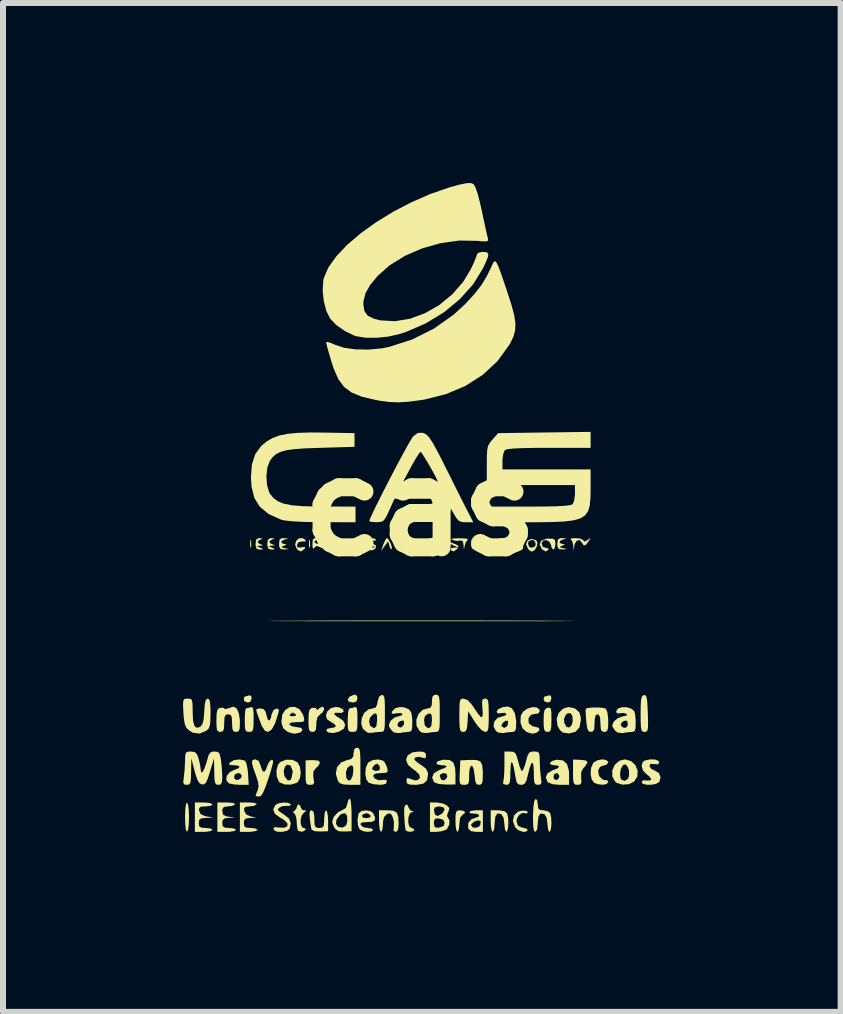
<source format=kicad_pcb>
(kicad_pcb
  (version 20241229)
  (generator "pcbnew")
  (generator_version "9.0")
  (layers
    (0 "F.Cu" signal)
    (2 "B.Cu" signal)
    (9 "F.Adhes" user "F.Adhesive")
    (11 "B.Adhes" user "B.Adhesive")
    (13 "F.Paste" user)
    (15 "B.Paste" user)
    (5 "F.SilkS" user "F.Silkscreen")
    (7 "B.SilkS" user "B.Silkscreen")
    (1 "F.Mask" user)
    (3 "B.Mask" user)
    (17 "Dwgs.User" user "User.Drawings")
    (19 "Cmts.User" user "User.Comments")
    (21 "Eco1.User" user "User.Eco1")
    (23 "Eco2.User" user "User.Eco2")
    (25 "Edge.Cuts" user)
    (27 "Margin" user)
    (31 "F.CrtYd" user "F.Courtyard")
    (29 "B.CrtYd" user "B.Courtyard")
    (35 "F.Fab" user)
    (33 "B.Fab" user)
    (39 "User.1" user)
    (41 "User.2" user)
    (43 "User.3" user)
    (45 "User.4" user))
  (footprint "cas"
    (layer "F.Cu")
    (at 3.951 5.391)
    (property "Reference" "cas" (at 0 0 0) (layer "F.SilkS") (effects (font (size 1.5 1.5) (thickness 0.3))))
    (attr board_only exclude_from_pos_files exclude_from_bom)
    (fp_poly (pts (xy 0.637 0.681) (xy 0.631 0.682) (xy 0.632 0.68)) (stroke (width 0) (type solid)) (fill yes) (layer "F.SilkS"))
    (fp_poly (pts (xy 0.618 0.705) (xy 0.56 0.748) (xy 0.513 0.728) (xy 0.506 0.718) (xy 0.517 0.693) (xy 0.561 0.684) (xy 0.631 0.682)) (stroke (width 0) (type solid)) (fill yes) (layer "F.SilkS"))
    (fp_poly (pts (xy -2.818 0.563) (xy -2.813 0.646) (xy -2.818 0.677) (xy -2.827 0.688) (xy -2.832 0.642) (xy -2.833 0.62) (xy -2.829 0.561) (xy -2.821 0.554)) (stroke (width 0) (type solid)) (fill yes) (layer "F.SilkS"))
    (fp_poly (pts (xy -1.838 0.563) (xy -1.833 0.646) (xy -1.838 0.677) (xy -1.848 0.688) (xy -1.853 0.642) (xy -1.853 0.62) (xy -1.85 0.561) (xy -1.841 0.554)) (stroke (width 0) (type solid)) (fill yes) (layer "F.SilkS"))
    (fp_poly (pts (xy -1.424 0.676) (xy -1.404 0.69) (xy -1.431 0.72) (xy -1.489 0.733) (xy -1.526 0.727) (xy -1.566 0.701) (xy -1.548 0.678) (xy -1.485 0.669)) (stroke (width 0) (type solid)) (fill yes) (layer "F.SilkS"))
    (fp_poly (pts (xy -1.12 0.563) (xy -1.115 0.646) (xy -1.12 0.677) (xy -1.13 0.688) (xy -1.135 0.642) (xy -1.135 0.62) (xy -1.132 0.561) (xy -1.123 0.554)) (stroke (width 0) (type solid)) (fill yes) (layer "F.SilkS"))
    (fp_poly (pts (xy 0.526 0.603) (xy 0.547 0.61) (xy 0.619 0.641) (xy 0.639 0.668) (xy 0.632 0.68) (xy 0.563 0.652) (xy 0.506 0.622) (xy 0.492 0.602)) (stroke (width 0) (type solid)) (fill yes) (layer "F.SilkS"))
    (fp_poly (pts (xy 1.354 0.677) (xy 1.409 0.698) (xy 1.418 0.722) (xy 1.373 0.749) (xy 1.317 0.715) (xy 1.31 0.706) (xy 1.294 0.676) (xy 1.328 0.673)) (stroke (width 0) (type solid)) (fill yes) (layer "F.SilkS"))
    (fp_poly (pts (xy -1.05 3.162) (xy -1.045 3.199) (xy -1.064 3.251) (xy -1.126 3.265) (xy -1.19 3.249) (xy -1.208 3.219) (xy -1.18 3.17) (xy -1.112 3.138) (xy -1.075 3.134)) (stroke (width 0) (type solid)) (fill yes) (layer "F.SilkS"))
    (fp_poly (pts (xy 1.238 0.565) (xy 1.24 0.612) (xy 1.235 0.695) (xy 1.221 0.714) (xy 1.196 0.668) (xy 1.195 0.666) (xy 1.193 0.596) (xy 1.207 0.56) (xy 1.228 0.536)) (stroke (width 0) (type solid)) (fill yes) (layer "F.SilkS"))
    (fp_poly (pts (xy 1.688 0.536) (xy 1.714 0.555) (xy 1.726 0.583) (xy 1.724 0.584) (xy 1.689 0.573) (xy 1.632 0.555) (xy 1.578 0.536) (xy 1.585 0.528) (xy 1.622 0.526)) (stroke (width 0) (type solid)) (fill yes) (layer "F.SilkS"))
    (fp_poly (pts (xy -2.818 3.149) (xy -2.808 3.196) (xy -2.829 3.253) (xy -2.873 3.265) (xy -2.926 3.244) (xy -2.938 3.216) (xy -2.931 3.172) (xy -2.925 3.167) (xy -2.886 3.157) (xy -2.859 3.147)) (stroke (width 0) (type solid)) (fill yes) (layer "F.SilkS"))
    (fp_poly (pts (xy 2.177 3.149) (xy 2.187 3.196) (xy 2.166 3.253) (xy 2.122 3.265) (xy 2.069 3.244) (xy 2.057 3.216) (xy 2.064 3.172) (xy 2.07 3.167) (xy 2.109 3.157) (xy 2.136 3.147)) (stroke (width 0) (type solid)) (fill yes) (layer "F.SilkS"))
    (fp_poly (pts (xy -1.424 0.533) (xy -1.404 0.554) (xy -1.428 0.571) (xy -1.456 0.566) (xy -1.515 0.571) (xy -1.537 0.591) (xy -1.56 0.616) (xy -1.567 0.58) (xy -1.567 0.579) (xy -1.543 0.533) (xy -1.485 0.522)) (stroke (width 0) (type solid)) (fill yes) (layer "F.SilkS"))
    (fp_poly (pts (xy -1.341 0.588) (xy -1.302 0.651) (xy -1.261 0.664) (xy -1.219 0.676) (xy -1.217 0.695) (xy -1.256 0.738) (xy -1.314 0.727) (xy -1.332 0.712) (xy -1.361 0.651) (xy -1.368 0.589) (xy -1.365 0.506)) (stroke (width 0) (type solid)) (fill yes) (layer "F.SilkS"))
    (fp_poly (pts (xy -0.939 0.53) (xy -0.933 0.546) (xy -0.935 0.547) (xy -0.97 0.596) (xy -0.988 0.653) (xy -1.003 0.735) (xy -1.008 0.648) (xy -1.025 0.577) (xy -1.053 0.544) (xy -1.054 0.532) (xy -1.004 0.526) (xy -0.996 0.525)) (stroke (width 0) (type solid)) (fill yes) (layer "F.SilkS"))
    (fp_poly (pts (xy -0.525 0.549) (xy -0.494 0.61) (xy -0.472 0.674) (xy -0.473 0.713) (xy -0.494 0.701) (xy -0.512 0.656) (xy -0.532 0.579) (xy -0.592 0.657) (xy -0.652 0.735) (xy -0.613 0.628) (xy -0.581 0.558) (xy -0.556 0.523) (xy -0.553 0.522)) (stroke (width 0) (type solid)) (fill yes) (layer "F.SilkS"))
    (fp_poly (pts (xy 1.622 0.608) (xy 1.633 0.611) (xy 1.703 0.644) (xy 1.721 0.688) (xy 1.694 0.721) (xy 1.629 0.749) (xy 1.588 0.726) (xy 1.583 0.718) (xy 1.594 0.693) (xy 1.639 0.684) (xy 1.714 0.681) (xy 1.641 0.652) (xy 1.58 0.621) (xy 1.573 0.604)) (stroke (width 0) (type solid)) (fill yes) (layer "F.SilkS"))
    (fp_poly (pts (xy 0.442 0.542) (xy 0.417 0.579) (xy 0.372 0.643) (xy 0.355 0.679) (xy 0.337 0.681) (xy 0.31 0.632) (xy 0.303 0.614) (xy 0.28 0.547) (xy 0.282 0.534) (xy 0.31 0.568) (xy 0.347 0.61) (xy 0.369 0.598) (xy 0.378 0.576) (xy 0.412 0.53) (xy 0.433 0.522)) (stroke (width 0) (type solid)) (fill yes) (layer "F.SilkS"))
    (fp_poly (pts (xy 1.111 0.571) (xy 1.133 0.62) (xy 1.15 0.687) (xy 1.142 0.718) (xy 1.14 0.718) (xy 1.113 0.691) (xy 1.108 0.661) (xy 1.102 0.626) (xy 1.086 0.65) (xy 1.077 0.669) (xy 1.058 0.704) (xy 1.05 0.683) (xy 1.047 0.628) (xy 1.054 0.547) (xy 1.077 0.527)) (stroke (width 0) (type solid)) (fill yes) (layer "F.SilkS"))
    (fp_poly (pts (xy -3.869 4.96) (xy -3.857 5.042) (xy -3.852 5.163) (xy -3.852 5.175) (xy -3.856 5.298) (xy -3.867 5.384) (xy -3.884 5.419) (xy -3.885 5.42) (xy -3.902 5.389) (xy -3.913 5.307) (xy -3.918 5.186) (xy -3.918 5.175) (xy -3.914 5.051) (xy -3.903 4.965) (xy -3.887 4.93) (xy -3.885 4.93)) (stroke (width 0) (type solid)) (fill yes) (layer "F.SilkS"))
    (fp_poly (pts (xy 0.735 5.074) (xy 0.748 5.104) (xy 0.703 5.137) (xy 0.702 5.138) (xy 0.665 5.186) (xy 0.653 5.288) (xy 0.646 5.37) (xy 0.628 5.416) (xy 0.62 5.42) (xy 0.602 5.39) (xy 0.591 5.314) (xy 0.588 5.24) (xy 0.59 5.137) (xy 0.601 5.084) (xy 0.629 5.063) (xy 0.669 5.06)) (stroke (width 0) (type solid)) (fill yes) (layer "F.SilkS"))
    (fp_poly (pts (xy -1.697 4.233) (xy -1.668 4.266) (xy -1.7 4.322) (xy -1.732 4.352) (xy -1.777 4.408) (xy -1.783 4.483) (xy -1.777 4.523) (xy -1.767 4.598) (xy -1.783 4.63) (xy -1.833 4.636) (xy -1.875 4.631) (xy -1.898 4.608) (xy -1.908 4.55) (xy -1.909 4.444) (xy -1.909 4.432) (xy -1.909 4.228) (xy -1.787 4.224)) (stroke (width 0) (type solid)) (fill yes) (layer "F.SilkS"))
    (fp_poly (pts (xy -0.36 0.58) (xy -0.299 0.654) (xy -0.284 0.58) (xy -0.274 0.548) (xy -0.268 0.58) (xy -0.266 0.617) (xy -0.265 0.69) (xy -0.279 0.707) (xy -0.317 0.678) (xy -0.324 0.672) (xy -0.37 0.634) (xy -0.391 0.643) (xy -0.401 0.675) (xy -0.412 0.687) (xy -0.419 0.643) (xy -0.42 0.62) (xy -0.422 0.506)) (stroke (width 0) (type solid)) (fill yes) (layer "F.SilkS"))
    (fp_poly (pts (xy 0.742 0.53) (xy 0.792 0.539) (xy 0.794 0.549) (xy 0.76 0.596) (xy 0.742 0.653) (xy 0.731 0.705) (xy 0.726 0.697) (xy 0.723 0.641) (xy 0.71 0.576) (xy 0.676 0.565) (xy 0.669 0.567) (xy 0.602 0.571) (xy 0.547 0.558) (xy 0.519 0.542) (xy 0.545 0.532) (xy 0.629 0.528) (xy 0.652 0.528)) (stroke (width 0) (type solid)) (fill yes) (layer "F.SilkS"))
    (fp_poly (pts (xy 1.401 0.526) (xy 1.435 0.548) (xy 1.437 0.554) (xy 1.413 0.572) (xy 1.388 0.567) (xy 1.346 0.567) (xy 1.339 0.582) (xy 1.365 0.617) (xy 1.396 0.63) (xy 1.432 0.643) (xy 1.406 0.649) (xy 1.4 0.649) (xy 1.334 0.629) (xy 1.31 0.609) (xy 1.289 0.562) (xy 1.295 0.544) (xy 1.343 0.524)) (stroke (width 0) (type solid)) (fill yes) (layer "F.SilkS"))
    (fp_poly (pts (xy 2.177 3.37) (xy 2.186 3.429) (xy 2.187 3.538) (xy 2.187 3.545) (xy 2.185 3.659) (xy 2.176 3.722) (xy 2.155 3.749) (xy 2.122 3.754) (xy 2.085 3.747) (xy 2.066 3.715) (xy 2.058 3.644) (xy 2.057 3.562) (xy 2.06 3.452) (xy 2.073 3.39) (xy 2.1 3.361) (xy 2.122 3.353) (xy 2.157 3.349)) (stroke (width 0) (type solid)) (fill yes) (layer "F.SilkS"))
    (fp_poly (pts (xy 2.673 4.22) (xy 2.756 4.229) (xy 2.785 4.251) (xy 2.782 4.275) (xy 2.739 4.339) (xy 2.716 4.361) (xy 2.682 4.427) (xy 2.683 4.516) (xy 2.687 4.595) (xy 2.67 4.629) (xy 2.622 4.636) (xy 2.581 4.631) (xy 2.559 4.607) (xy 2.549 4.55) (xy 2.547 4.443) (xy 2.547 4.426) (xy 2.547 4.215)) (stroke (width 0) (type solid)) (fill yes) (layer "F.SilkS"))
    (fp_poly (pts (xy -2.783 3.371) (xy -2.776 3.445) (xy -2.775 3.539) (xy -2.777 3.654) (xy -2.785 3.719) (xy -2.805 3.748) (xy -2.841 3.754) (xy -2.849 3.754) (xy -2.889 3.749) (xy -2.912 3.722) (xy -2.921 3.66) (xy -2.923 3.559) (xy -2.92 3.455) (xy -2.912 3.384) (xy -2.901 3.363) (xy -2.854 3.352) (xy -2.827 3.343) (xy -2.799 3.341)) (stroke (width 0) (type solid)) (fill yes) (layer "F.SilkS"))
    (fp_poly (pts (xy -1.915 0.553) (xy -1.903 0.578) (xy -1.948 0.582) (xy -1.958 0.58) (xy -2.026 0.591) (xy -2.051 0.633) (xy -2.049 0.676) (xy -2.007 0.683) (xy -1.978 0.678) (xy -1.922 0.672) (xy -1.918 0.691) (xy -1.93 0.706) (xy -1.983 0.748) (xy -2.033 0.727) (xy -2.056 0.703) (xy -2.084 0.634) (xy -2.067 0.571) (xy -2.02 0.529) (xy -1.959 0.525)) (stroke (width 0) (type solid)) (fill yes) (layer "F.SilkS"))
    (fp_poly (pts (xy -1.053 3.371) (xy -1.046 3.445) (xy -1.045 3.539) (xy -1.046 3.654) (xy -1.054 3.719) (xy -1.074 3.747) (xy -1.111 3.754) (xy -1.126 3.754) (xy -1.172 3.75) (xy -1.196 3.728) (xy -1.206 3.671) (xy -1.208 3.565) (xy -1.208 3.559) (xy -1.203 3.455) (xy -1.192 3.384) (xy -1.178 3.363) (xy -1.123 3.352) (xy -1.096 3.343) (xy -1.069 3.341)) (stroke (width 0) (type solid)) (fill yes) (layer "F.SilkS"))
    (fp_poly (pts (xy -2.625 0.532) (xy -2.643 0.542) (xy -2.653 0.545) (xy -2.701 0.571) (xy -2.71 0.588) (xy -2.683 0.618) (xy -2.653 0.63) (xy -2.618 0.643) (xy -2.645 0.65) (xy -2.661 0.651) (xy -2.726 0.658) (xy -2.661 0.686) (xy -2.617 0.707) (xy -2.634 0.714) (xy -2.669 0.716) (xy -2.722 0.706) (xy -2.741 0.658) (xy -2.742 0.62) (xy -2.734 0.551) (xy -2.698 0.527) (xy -2.669 0.526)) (stroke (width 0) (type solid)) (fill yes) (layer "F.SilkS"))
    (fp_poly (pts (xy -2.429 0.532) (xy -2.447 0.542) (xy -2.457 0.545) (xy -2.505 0.571) (xy -2.514 0.588) (xy -2.487 0.618) (xy -2.457 0.63) (xy -2.422 0.643) (xy -2.449 0.65) (xy -2.465 0.651) (xy -2.53 0.658) (xy -2.465 0.686) (xy -2.421 0.707) (xy -2.438 0.714) (xy -2.473 0.716) (xy -2.526 0.706) (xy -2.545 0.658) (xy -2.547 0.62) (xy -2.538 0.551) (xy -2.502 0.527) (xy -2.473 0.526)) (stroke (width 0) (type solid)) (fill yes) (layer "F.SilkS"))
    (fp_poly (pts (xy 3.754 3.144) (xy 3.771 3.171) (xy 3.782 3.234) (xy 3.789 3.345) (xy 3.793 3.442) (xy 3.797 3.587) (xy 3.796 3.678) (xy 3.787 3.729) (xy 3.769 3.75) (xy 3.739 3.755) (xy 3.738 3.755) (xy 3.707 3.75) (xy 3.688 3.727) (xy 3.678 3.674) (xy 3.674 3.579) (xy 3.673 3.453) (xy 3.675 3.308) (xy 3.681 3.217) (xy 3.694 3.166) (xy 3.716 3.144) (xy 3.728 3.141)) (stroke (width 0) (type solid)) (fill yes) (layer "F.SilkS"))
    (fp_poly (pts (xy -2.205 0.531) (xy -2.211 0.538) (xy -2.245 0.545) (xy -2.304 0.57) (xy -2.314 0.602) (xy -2.273 0.622) (xy -2.261 0.623) (xy -2.226 0.628) (xy -2.251 0.644) (xy -2.269 0.651) (xy -2.311 0.672) (xy -2.295 0.684) (xy -2.253 0.693) (xy -2.198 0.705) (xy -2.205 0.71) (xy -2.261 0.714) (xy -2.324 0.708) (xy -2.348 0.67) (xy -2.351 0.62) (xy -2.343 0.551) (xy -2.307 0.527) (xy -2.261 0.527)) (stroke (width 0) (type solid)) (fill yes) (layer "F.SilkS"))
    (fp_poly (pts (xy -0.074 0.547) (xy -0.049 0.587) (xy -0.043 0.668) (xy -0.091 0.711) (xy -0.149 0.718) (xy -0.206 0.707) (xy -0.227 0.661) (xy -0.229 0.62) (xy -0.228 0.618) (xy -0.196 0.618) (xy -0.174 0.674) (xy -0.128 0.686) (xy -0.076 0.668) (xy -0.071 0.629) (xy -0.102 0.576) (xy -0.149 0.56) (xy -0.187 0.583) (xy -0.196 0.618) (xy -0.228 0.618) (xy -0.22 0.55) (xy -0.182 0.525) (xy -0.149 0.522)) (stroke (width 0) (type solid)) (fill yes) (layer "F.SilkS"))
    (fp_poly (pts (xy 0.995 0.531) (xy 0.989 0.538) (xy 0.955 0.545) (xy 0.896 0.57) (xy 0.885 0.602) (xy 0.927 0.622) (xy 0.939 0.623) (xy 0.973 0.628) (xy 0.949 0.644) (xy 0.93 0.651) (xy 0.889 0.672) (xy 0.904 0.684) (xy 0.947 0.693) (xy 1.001 0.705) (xy 0.995 0.71) (xy 0.939 0.714) (xy 0.875 0.708) (xy 0.852 0.67) (xy 0.849 0.62) (xy 0.857 0.551) (xy 0.893 0.527) (xy 0.939 0.527)) (stroke (width 0) (type solid)) (fill yes) (layer "F.SilkS"))
    (fp_poly (pts (xy 1.766 5.069) (xy 1.796 5.093) (xy 1.796 5.093) (xy 1.776 5.115) (xy 1.764 5.11) (xy 1.702 5.104) (xy 1.644 5.143) (xy 1.608 5.209) (xy 1.606 5.25) (xy 1.63 5.319) (xy 1.693 5.347) (xy 1.706 5.348) (xy 1.776 5.368) (xy 1.793 5.396) (xy 1.753 5.417) (xy 1.715 5.42) (xy 1.629 5.389) (xy 1.581 5.339) (xy 1.545 5.239) (xy 1.562 5.148) (xy 1.626 5.085) (xy 1.692 5.067)) (stroke (width 0) (type solid)) (fill yes) (layer "F.SilkS"))
    (fp_poly (pts (xy 1.932 0.56) (xy 1.953 0.597) (xy 1.944 0.664) (xy 1.907 0.725) (xy 1.861 0.751) (xy 1.822 0.729) (xy 1.797 0.703) (xy 1.765 0.63) (xy 1.769 0.62) (xy 1.796 0.62) (xy 1.819 0.675) (xy 1.861 0.686) (xy 1.915 0.663) (xy 1.926 0.62) (xy 1.903 0.566) (xy 1.861 0.555) (xy 1.806 0.578) (xy 1.796 0.62) (xy 1.769 0.62) (xy 1.786 0.569) (xy 1.85 0.539) (xy 1.861 0.539)) (stroke (width 0) (type solid)) (fill yes) (layer "F.SilkS"))
    (fp_poly (pts (xy 2.431 0.531) (xy 2.425 0.538) (xy 2.391 0.545) (xy 2.332 0.57) (xy 2.322 0.602) (xy 2.363 0.622) (xy 2.375 0.623) (xy 2.41 0.628) (xy 2.385 0.644) (xy 2.367 0.651) (xy 2.325 0.672) (xy 2.341 0.684) (xy 2.383 0.693) (xy 2.438 0.705) (xy 2.431 0.71) (xy 2.375 0.714) (xy 2.312 0.708) (xy 2.288 0.67) (xy 2.285 0.62) (xy 2.293 0.551) (xy 2.329 0.527) (xy 2.375 0.527)) (stroke (width 0) (type solid)) (fill yes) (layer "F.SilkS"))
    (fp_poly (pts (xy -1.604 3.351) (xy -1.6 3.378) (xy -1.626 3.43) (xy -1.665 3.461) (xy -1.712 3.508) (xy -1.73 3.593) (xy -1.73 3.625) (xy -1.736 3.71) (xy -1.758 3.747) (xy -1.796 3.754) (xy -1.832 3.747) (xy -1.852 3.715) (xy -1.86 3.644) (xy -1.861 3.562) (xy -1.858 3.452) (xy -1.845 3.39) (xy -1.818 3.361) (xy -1.796 3.353) (xy -1.743 3.354) (xy -1.73 3.372) (xy -1.716 3.389) (xy -1.691 3.369) (xy -1.636 3.333)) (stroke (width 0) (type solid)) (fill yes) (layer "F.SilkS"))
    (fp_poly (pts (xy 0.213 0.53) (xy 0.229 0.55) (xy 0.203 0.568) (xy 0.163 0.564) (xy 0.108 0.558) (xy 0.104 0.576) (xy 0.148 0.606) (xy 0.183 0.622) (xy 0.24 0.651) (xy 0.242 0.683) (xy 0.228 0.702) (xy 0.169 0.748) (xy 0.122 0.729) (xy 0.114 0.718) (xy 0.123 0.691) (xy 0.153 0.684) (xy 0.185 0.677) (xy 0.157 0.66) (xy 0.136 0.651) (xy 0.083 0.614) (xy 0.073 0.58) (xy 0.107 0.546) (xy 0.163 0.528)) (stroke (width 0) (type solid)) (fill yes) (layer "F.SilkS"))
    (fp_poly (pts (xy 2.83 0.538) (xy 2.805 0.579) (xy 2.756 0.642) (xy 2.721 0.643) (xy 2.698 0.604) (xy 2.659 0.558) (xy 2.612 0.566) (xy 2.576 0.62) (xy 2.57 0.645) (xy 2.556 0.735) (xy 2.551 0.648) (xy 2.534 0.577) (xy 2.506 0.544) (xy 2.507 0.533) (xy 2.56 0.526) (xy 2.585 0.525) (xy 2.67 0.533) (xy 2.716 0.559) (xy 2.718 0.563) (xy 2.741 0.585) (xy 2.789 0.557) (xy 2.791 0.555) (xy 2.831 0.524)) (stroke (width 0) (type solid)) (fill yes) (layer "F.SilkS"))
    (fp_poly (pts (xy -2.607 3.374) (xy -2.575 3.419) (xy -2.56 3.479) (xy -2.537 3.553) (xy -2.51 3.564) (xy -2.485 3.513) (xy -2.476 3.461) (xy -2.444 3.391) (xy -2.403 3.368) (xy -2.362 3.369) (xy -2.356 3.406) (xy -2.365 3.447) (xy -2.416 3.608) (xy -2.471 3.711) (xy -2.529 3.754) (xy -2.585 3.738) (xy -2.637 3.658) (xy -2.654 3.616) (xy -2.69 3.517) (xy -2.719 3.437) (xy -2.726 3.42) (xy -2.731 3.377) (xy -2.687 3.363) (xy -2.666 3.363)) (stroke (width 0) (type solid)) (fill yes) (layer "F.SilkS"))
    (fp_poly (pts (xy 2.211 0.535) (xy 2.245 0.557) (xy 2.253 0.613) (xy 2.253 0.624) (xy 2.241 0.696) (xy 2.215 0.716) (xy 2.189 0.681) (xy 2.182 0.645) (xy 2.153 0.586) (xy 2.102 0.558) (xy 2.052 0.564) (xy 2.025 0.607) (xy 2.024 0.618) (xy 2.046 0.674) (xy 2.091 0.686) (xy 2.137 0.698) (xy 2.138 0.718) (xy 2.093 0.749) (xy 2.037 0.716) (xy 2.025 0.703) (xy 1.991 0.629) (xy 2.015 0.57) (xy 2.093 0.538) (xy 2.131 0.534)) (stroke (width 0) (type solid)) (fill yes) (layer "F.SilkS"))
    (fp_poly (pts (xy 3.099 4.221) (xy 3.133 4.253) (xy 3.134 4.261) (xy 3.107 4.3) (xy 3.07 4.31) (xy 2.998 4.335) (xy 2.965 4.398) (xy 2.978 4.478) (xy 2.992 4.503) (xy 3.044 4.55) (xy 3.089 4.558) (xy 3.128 4.566) (xy 3.134 4.588) (xy 3.107 4.622) (xy 3.041 4.635) (xy 2.958 4.625) (xy 2.897 4.601) (xy 2.857 4.544) (xy 2.84 4.453) (xy 2.848 4.355) (xy 2.881 4.275) (xy 2.892 4.263) (xy 2.955 4.226) (xy 3.032 4.212)) (stroke (width 0) (type solid)) (fill yes) (layer "F.SilkS"))
    (fp_poly (pts (xy -1.706 0.528) (xy -1.639 0.549) (xy -1.616 0.603) (xy -1.615 0.625) (xy -1.619 0.683) (xy -1.646 0.688) (xy -1.673 0.674) (xy -1.727 0.654) (xy -1.763 0.686) (xy -1.785 0.704) (xy -1.794 0.666) (xy -1.795 0.626) (xy -1.792 0.588) (xy -1.763 0.588) (xy -1.736 0.614) (xy -1.698 0.62) (xy -1.645 0.607) (xy -1.632 0.588) (xy -1.66 0.561) (xy -1.698 0.555) (xy -1.751 0.569) (xy -1.763 0.588) (xy -1.792 0.588) (xy -1.79 0.553) (xy -1.762 0.527)) (stroke (width 0) (type solid)) (fill yes) (layer "F.SilkS"))
    (fp_poly (pts (xy 1.405 5.074) (xy 1.449 5.112) (xy 1.465 5.184) (xy 1.469 5.273) (xy 1.463 5.356) (xy 1.448 5.41) (xy 1.437 5.42) (xy 1.416 5.391) (xy 1.404 5.319) (xy 1.404 5.295) (xy 1.39 5.185) (xy 1.35 5.122) (xy 1.29 5.114) (xy 1.286 5.115) (xy 1.254 5.161) (xy 1.241 5.262) (xy 1.241 5.276) (xy 1.234 5.363) (xy 1.217 5.414) (xy 1.208 5.42) (xy 1.19 5.39) (xy 1.178 5.314) (xy 1.175 5.24) (xy 1.175 5.06) (xy 1.302 5.06)) (stroke (width 0) (type solid)) (fill yes) (layer "F.SilkS"))
    (fp_poly (pts (xy 1.936 3.344) (xy 1.983 3.376) (xy 1.992 3.41) (xy 1.965 3.449) (xy 1.923 3.452) (xy 1.848 3.469) (xy 1.804 3.526) (xy 1.807 3.598) (xy 1.816 3.616) (xy 1.877 3.662) (xy 1.922 3.67) (xy 1.979 3.687) (xy 1.987 3.728) (xy 1.942 3.766) (xy 1.94 3.767) (xy 1.886 3.783) (xy 1.835 3.777) (xy 1.772 3.754) (xy 1.705 3.695) (xy 1.671 3.597) (xy 1.677 3.482) (xy 1.677 3.481) (xy 1.716 3.415) (xy 1.785 3.367) (xy 1.864 3.342)) (stroke (width 0) (type solid)) (fill yes) (layer "F.SilkS"))
    (fp_poly (pts (xy -0.446 5.068) (xy -0.391 5.099) (xy -0.365 5.167) (xy -0.359 5.286) (xy -0.359 5.292) (xy -0.367 5.381) (xy -0.395 5.417) (xy -0.409 5.42) (xy -0.443 5.4) (xy -0.44 5.345) (xy -0.437 5.258) (xy -0.455 5.18) (xy -0.486 5.12) (xy -0.523 5.112) (xy -0.555 5.126) (xy -0.602 5.172) (xy -0.62 5.257) (xy -0.62 5.29) (xy -0.628 5.371) (xy -0.646 5.416) (xy -0.653 5.42) (xy -0.671 5.39) (xy -0.683 5.314) (xy -0.686 5.24) (xy -0.686 5.06) (xy -0.542 5.06)) (stroke (width 0) (type solid)) (fill yes) (layer "F.SilkS"))
    (fp_poly (pts (xy -0.196 5.007) (xy -0.196 5.009) (xy -0.169 5.056) (xy -0.139 5.071) (xy -0.099 5.083) (xy -0.122 5.088) (xy -0.139 5.089) (xy -0.176 5.119) (xy -0.197 5.184) (xy -0.199 5.262) (xy -0.183 5.327) (xy -0.147 5.354) (xy -0.147 5.354) (xy -0.103 5.372) (xy -0.098 5.387) (xy -0.124 5.412) (xy -0.179 5.419) (xy -0.229 5.405) (xy -0.24 5.395) (xy -0.25 5.349) (xy -0.259 5.263) (xy -0.265 5.159) (xy -0.267 5.062) (xy -0.266 5.02) (xy -0.246 4.972) (xy -0.214 4.966)) (stroke (width 0) (type solid)) (fill yes) (layer "F.SilkS"))
    (fp_poly (pts (xy -2.764 4.936) (xy -2.725 4.953) (xy -2.726 4.962) (xy -2.77 4.986) (xy -2.845 4.995) (xy -2.913 5.003) (xy -2.935 5.035) (xy -2.932 5.068) (xy -2.898 5.132) (xy -2.824 5.162) (xy -2.726 5.183) (xy -2.832 5.187) (xy -2.906 5.198) (xy -2.935 5.232) (xy -2.938 5.273) (xy -2.93 5.328) (xy -2.891 5.35) (xy -2.824 5.354) (xy -2.749 5.362) (xy -2.711 5.383) (xy -2.71 5.387) (xy -2.739 5.406) (xy -2.813 5.418) (xy -2.857 5.42) (xy -3.004 5.42) (xy -3.004 5.175) (xy -3.004 4.93) (xy -2.855 4.93)) (stroke (width 0) (type solid)) (fill yes) (layer "F.SilkS"))
    (fp_poly (pts (xy -1.549 5.09) (xy -1.537 5.166) (xy -1.534 5.235) (xy -1.534 5.409) (xy -1.666 5.414) (xy -1.761 5.408) (xy -1.808 5.383) (xy -1.81 5.379) (xy -1.822 5.322) (xy -1.835 5.231) (xy -1.839 5.199) (xy -1.844 5.108) (xy -1.829 5.066) (xy -1.809 5.06) (xy -1.778 5.084) (xy -1.764 5.159) (xy -1.763 5.207) (xy -1.76 5.298) (xy -1.743 5.341) (xy -1.703 5.354) (xy -1.681 5.354) (xy -1.631 5.348) (xy -1.607 5.318) (xy -1.6 5.247) (xy -1.6 5.207) (xy -1.593 5.12) (xy -1.577 5.067) (xy -1.567 5.06)) (stroke (width 0) (type solid)) (fill yes) (layer "F.SilkS"))
    (fp_poly (pts (xy -1.352 3.344) (xy -1.289 3.376) (xy -1.273 3.413) (xy -1.305 3.437) (xy -1.355 3.436) (xy -1.421 3.436) (xy -1.432 3.461) (xy -1.387 3.5) (xy -1.366 3.51) (xy -1.282 3.568) (xy -1.248 3.635) (xy -1.269 3.698) (xy -1.274 3.703) (xy -1.351 3.749) (xy -1.447 3.773) (xy -1.526 3.766) (xy -1.566 3.733) (xy -1.549 3.702) (xy -1.485 3.689) (xy -1.424 3.678) (xy -1.404 3.656) (xy -1.431 3.621) (xy -1.485 3.591) (xy -1.553 3.542) (xy -1.571 3.478) (xy -1.547 3.412) (xy -1.49 3.36) (xy -1.408 3.338)) (stroke (width 0) (type solid)) (fill yes) (layer "F.SilkS"))
    (fp_poly (pts (xy -0.756 0.536) (xy -0.736 0.552) (xy -0.747 0.569) (xy -0.784 0.564) (xy -0.836 0.565) (xy -0.849 0.584) (xy -0.823 0.617) (xy -0.802 0.62) (xy -0.748 0.638) (xy -0.737 0.649) (xy -0.741 0.69) (xy -0.78 0.724) (xy -0.828 0.728) (xy -0.835 0.725) (xy -0.862 0.678) (xy -0.862 0.678) (xy -0.835 0.678) (xy -0.803 0.683) (xy -0.76 0.677) (xy -0.76 0.666) (xy -0.803 0.658) (xy -0.822 0.663) (xy -0.835 0.678) (xy -0.862 0.678) (xy -0.874 0.612) (xy -0.868 0.545) (xy -0.829 0.523) (xy -0.818 0.522)) (stroke (width 0) (type solid)) (fill yes) (layer "F.SilkS"))
    (fp_poly (pts (xy -3.127 4.936) (xy -3.085 4.952) (xy -3.085 4.962) (xy -3.129 4.986) (xy -3.201 4.995) (xy -3.271 5.004) (xy -3.296 5.043) (xy -3.297 5.075) (xy -3.285 5.132) (xy -3.236 5.16) (xy -3.191 5.167) (xy -3.085 5.181) (xy -3.191 5.186) (xy -3.265 5.197) (xy -3.294 5.232) (xy -3.297 5.273) (xy -3.289 5.328) (xy -3.25 5.35) (xy -3.183 5.354) (xy -3.108 5.362) (xy -3.07 5.383) (xy -3.069 5.387) (xy -3.098 5.406) (xy -3.173 5.418) (xy -3.224 5.42) (xy -3.379 5.42) (xy -3.379 5.175) (xy -3.379 4.93) (xy -3.222 4.93)) (stroke (width 0) (type solid)) (fill yes) (layer "F.SilkS"))
    (fp_poly (pts (xy -1.995 4.989) (xy -1.992 5.011) (xy -1.965 5.053) (xy -1.934 5.061) (xy -1.895 5.065) (xy -1.912 5.082) (xy -1.934 5.096) (xy -1.974 5.145) (xy -1.992 5.219) (xy -1.99 5.293) (xy -1.965 5.345) (xy -1.941 5.354) (xy -1.907 5.37) (xy -1.91 5.387) (xy -1.96 5.417) (xy -2.022 5.408) (xy -2.035 5.398) (xy -2.049 5.354) (xy -2.057 5.272) (xy -2.057 5.254) (xy -2.067 5.169) (xy -2.091 5.117) (xy -2.098 5.112) (xy -2.122 5.091) (xy -2.098 5.074) (xy -2.06 5.028) (xy -2.057 5.009) (xy -2.038 4.967) (xy -2.024 4.962)) (stroke (width 0) (type solid)) (fill yes) (layer "F.SilkS"))
    (fp_poly (pts (xy 0.938 4.222) (xy 1.002 4.245) (xy 1.033 4.304) (xy 1.044 4.41) (xy 1.044 4.465) (xy 1.041 4.566) (xy 1.028 4.617) (xy 0.999 4.635) (xy 0.981 4.636) (xy 0.941 4.625) (xy 0.919 4.58) (xy 0.908 4.486) (xy 0.908 4.483) (xy 0.891 4.373) (xy 0.866 4.319) (xy 0.84 4.324) (xy 0.821 4.389) (xy 0.816 4.47) (xy 0.814 4.568) (xy 0.801 4.617) (xy 0.769 4.634) (xy 0.733 4.636) (xy 0.688 4.633) (xy 0.664 4.613) (xy 0.656 4.561) (xy 0.658 4.463) (xy 0.66 4.432) (xy 0.669 4.228) (xy 0.831 4.221)) (stroke (width 0) (type solid)) (fill yes) (layer "F.SilkS"))
    (fp_poly (pts (xy 2.569 3.36) (xy 2.593 3.374) (xy 2.652 3.429) (xy 2.675 3.507) (xy 2.677 3.558) (xy 2.654 3.679) (xy 2.586 3.754) (xy 2.478 3.78) (xy 2.378 3.765) (xy 2.33 3.726) (xy 2.289 3.653) (xy 2.288 3.65) (xy 2.275 3.541) (xy 2.395 3.541) (xy 2.402 3.604) (xy 2.437 3.67) (xy 2.484 3.681) (xy 2.525 3.639) (xy 2.541 3.579) (xy 2.537 3.489) (xy 2.505 3.441) (xy 2.454 3.446) (xy 2.43 3.465) (xy 2.395 3.541) (xy 2.275 3.541) (xy 2.274 3.536) (xy 2.308 3.438) (xy 2.377 3.369) (xy 2.468 3.339)) (stroke (width 0) (type solid)) (fill yes) (layer "F.SilkS"))
    (fp_poly (pts (xy 3.513 4.239) (xy 3.586 4.308) (xy 3.624 4.4) (xy 3.618 4.499) (xy 3.564 4.582) (xy 3.477 4.625) (xy 3.371 4.633) (xy 3.277 4.605) (xy 3.251 4.585) (xy 3.201 4.495) (xy 3.201 4.452) (xy 3.33 4.452) (xy 3.339 4.526) (xy 3.352 4.549) (xy 3.408 4.571) (xy 3.459 4.538) (xy 3.479 4.492) (xy 3.48 4.401) (xy 3.461 4.343) (xy 3.425 4.296) (xy 3.386 4.304) (xy 3.377 4.311) (xy 3.344 4.369) (xy 3.33 4.452) (xy 3.201 4.452) (xy 3.201 4.395) (xy 3.243 4.301) (xy 3.32 4.234) (xy 3.412 4.212)) (stroke (width 0) (type solid)) (fill yes) (layer "F.SilkS"))
    (fp_poly (pts (xy -3.52 4.936) (xy -3.467 4.953) (xy -3.461 4.962) (xy -3.489 4.984) (xy -3.56 4.995) (xy -3.577 4.995) (xy -3.654 5) (xy -3.684 5.024) (xy -3.683 5.069) (xy -3.657 5.125) (xy -3.586 5.157) (xy -3.559 5.162) (xy -3.444 5.182) (xy -3.567 5.187) (xy -3.648 5.195) (xy -3.682 5.221) (xy -3.689 5.273) (xy -3.681 5.328) (xy -3.642 5.35) (xy -3.575 5.354) (xy -3.499 5.362) (xy -3.462 5.383) (xy -3.461 5.387) (xy -3.49 5.406) (xy -3.564 5.418) (xy -3.608 5.42) (xy -3.754 5.42) (xy -3.754 5.175) (xy -3.754 4.93) (xy -3.608 4.93)) (stroke (width 0) (type solid)) (fill yes) (layer "F.SilkS"))
    (fp_poly (pts (xy -2.69 4.239) (xy -2.661 4.309) (xy -2.632 4.397) (xy -2.6 4.421) (xy -2.569 4.382) (xy -2.554 4.335) (xy -2.521 4.26) (xy -2.479 4.219) (xy -2.475 4.218) (xy -2.455 4.224) (xy -2.451 4.258) (xy -2.467 4.329) (xy -2.502 4.449) (xy -2.525 4.52) (xy -2.577 4.671) (xy -2.618 4.767) (xy -2.652 4.818) (xy -2.684 4.832) (xy -2.733 4.825) (xy -2.742 4.817) (xy -2.73 4.779) (xy -2.707 4.726) (xy -2.692 4.663) (xy -2.702 4.584) (xy -2.74 4.471) (xy -2.785 4.344) (xy -2.803 4.266) (xy -2.795 4.226) (xy -2.759 4.212) (xy -2.745 4.212)) (stroke (width 0) (type solid)) (fill yes) (layer "F.SilkS"))
    (fp_poly (pts (xy -2.133 4.219) (xy -2.047 4.259) (xy -2.043 4.263) (xy -2.003 4.337) (xy -1.99 4.435) (xy -2.004 4.529) (xy -2.043 4.595) (xy -2.055 4.602) (xy -2.153 4.632) (xy -2.257 4.63) (xy -2.338 4.598) (xy -2.353 4.584) (xy -2.389 4.501) (xy -2.395 4.4) (xy -2.273 4.4) (xy -2.266 4.474) (xy -2.255 4.501) (xy -2.207 4.562) (xy -2.166 4.559) (xy -2.142 4.519) (xy -2.123 4.41) (xy -2.155 4.326) (xy -2.17 4.31) (xy -2.217 4.3) (xy -2.254 4.336) (xy -2.273 4.4) (xy -2.395 4.4) (xy -2.395 4.399) (xy -2.371 4.305) (xy -2.335 4.257) (xy -2.239 4.218)) (stroke (width 0) (type solid)) (fill yes) (layer "F.SilkS"))
    (fp_poly (pts (xy 3.914 4.214) (xy 3.971 4.237) (xy 3.983 4.261) (xy 3.965 4.295) (xy 3.904 4.291) (xy 3.901 4.29) (xy 3.839 4.285) (xy 3.82 4.317) (xy 3.82 4.322) (xy 3.848 4.368) (xy 3.9 4.394) (xy 3.974 4.437) (xy 4.006 4.507) (xy 3.988 4.581) (xy 3.982 4.589) (xy 3.929 4.62) (xy 3.849 4.635) (xy 3.768 4.634) (xy 3.707 4.617) (xy 3.689 4.592) (xy 3.715 4.56) (xy 3.771 4.563) (xy 3.831 4.563) (xy 3.852 4.546) (xy 3.828 4.506) (xy 3.771 4.459) (xy 3.712 4.396) (xy 3.69 4.321) (xy 3.707 4.257) (xy 3.741 4.231) (xy 3.83 4.212)) (stroke (width 0) (type solid)) (fill yes) (layer "F.SilkS"))
    (fp_poly (pts (xy -2.206 4.935) (xy -2.16 4.954) (xy -2.155 4.966) (xy -2.18 4.989) (xy -2.219 4.986) (xy -2.296 4.991) (xy -2.34 5.012) (xy -2.371 5.041) (xy -2.362 5.068) (xy -2.306 5.108) (xy -2.276 5.126) (xy -2.186 5.197) (xy -2.156 5.276) (xy -2.175 5.368) (xy -2.217 5.401) (xy -2.293 5.419) (xy -2.374 5.419) (xy -2.427 5.398) (xy -2.448 5.357) (xy -2.413 5.341) (xy -2.368 5.346) (xy -2.263 5.351) (xy -2.211 5.325) (xy -2.212 5.277) (xy -2.27 5.219) (xy -2.336 5.181) (xy -2.421 5.118) (xy -2.448 5.047) (xy -2.414 4.973) (xy -2.409 4.969) (xy -2.356 4.943) (xy -2.28 4.931)) (stroke (width 0) (type solid)) (fill yes) (layer "F.SilkS"))
    (fp_poly (pts (xy -1.159 4.895) (xy -1.149 4.975) (xy -1.143 5.09) (xy -1.143 5.137) (xy -1.143 5.409) (xy -1.268 5.414) (xy -1.358 5.409) (xy -1.411 5.376) (xy -1.438 5.335) (xy -1.456 5.288) (xy -1.403 5.288) (xy -1.368 5.337) (xy -1.292 5.348) (xy -1.291 5.347) (xy -1.235 5.313) (xy -1.214 5.244) (xy -1.218 5.151) (xy -1.252 5.108) (xy -1.311 5.12) (xy -1.338 5.141) (xy -1.395 5.218) (xy -1.403 5.288) (xy -1.456 5.288) (xy -1.466 5.263) (xy -1.453 5.2) (xy -1.435 5.165) (xy -1.373 5.096) (xy -1.305 5.06) (xy -1.237 5.021) (xy -1.214 4.953) (xy -1.197 4.888) (xy -1.173 4.865)) (stroke (width 0) (type solid)) (fill yes) (layer "F.SilkS"))
    (fp_poly (pts (xy 1.045 5.24) (xy 1.045 5.42) (xy 0.933 5.42) (xy 0.847 5.408) (xy 0.805 5.367) (xy 0.799 5.353) (xy 0.801 5.307) (xy 0.849 5.307) (xy 0.873 5.345) (xy 0.926 5.352) (xy 0.98 5.332) (xy 1.001 5.304) (xy 1.008 5.251) (xy 1.002 5.236) (xy 0.956 5.228) (xy 0.896 5.251) (xy 0.853 5.291) (xy 0.849 5.307) (xy 0.801 5.307) (xy 0.802 5.269) (xy 0.857 5.207) (xy 0.925 5.185) (xy 0.979 5.164) (xy 0.98 5.135) (xy 0.934 5.116) (xy 0.896 5.116) (xy 0.836 5.11) (xy 0.816 5.091) (xy 0.845 5.071) (xy 0.915 5.061) (xy 0.93 5.06) (xy 1.045 5.06)) (stroke (width 0) (type solid)) (fill yes) (layer "F.SilkS"))
    (fp_poly (pts (xy 1.949 4.89) (xy 1.959 4.96) (xy 1.967 5.03) (xy 2.002 5.057) (xy 2.053 5.06) (xy 2.133 5.078) (xy 2.168 5.112) (xy 2.183 5.184) (xy 2.187 5.273) (xy 2.181 5.356) (xy 2.167 5.41) (xy 2.155 5.42) (xy 2.134 5.391) (xy 2.123 5.319) (xy 2.122 5.295) (xy 2.108 5.185) (xy 2.068 5.122) (xy 2.008 5.114) (xy 2.004 5.115) (xy 1.972 5.161) (xy 1.959 5.262) (xy 1.959 5.276) (xy 1.95 5.376) (xy 1.924 5.418) (xy 1.918 5.419) (xy 1.896 5.398) (xy 1.884 5.33) (xy 1.88 5.206) (xy 1.88 5.152) (xy 1.887 5.002) (xy 1.901 4.907) (xy 1.921 4.872)) (stroke (width 0) (type solid)) (fill yes) (layer "F.SilkS"))
    (fp_poly (pts (xy 2.98 3.348) (xy 3.059 3.356) (xy 3.092 3.368) (xy 3.118 3.423) (xy 3.132 3.523) (xy 3.134 3.579) (xy 3.131 3.681) (xy 3.118 3.734) (xy 3.09 3.753) (xy 3.069 3.754) (xy 3.028 3.745) (xy 3.009 3.705) (xy 3.004 3.618) (xy 3.004 3.608) (xy 2.997 3.511) (xy 2.975 3.467) (xy 2.955 3.461) (xy 2.922 3.48) (xy 2.908 3.545) (xy 2.906 3.608) (xy 2.901 3.7) (xy 2.883 3.744) (xy 2.844 3.754) (xy 2.808 3.744) (xy 2.786 3.702) (xy 2.771 3.615) (xy 2.767 3.567) (xy 2.759 3.464) (xy 2.757 3.392) (xy 2.759 3.369) (xy 2.803 3.354) (xy 2.886 3.347)) (stroke (width 0) (type solid)) (fill yes) (layer "F.SilkS"))
    (fp_poly (pts (xy 0.49 4.222) (xy 0.552 4.264) (xy 0.582 4.354) (xy 0.588 4.457) (xy 0.588 4.63) (xy 0.427 4.631) (xy 0.31 4.622) (xy 0.237 4.595) (xy 0.228 4.587) (xy 0.199 4.512) (xy 0.211 4.484) (xy 0.326 4.484) (xy 0.347 4.546) (xy 0.392 4.563) (xy 0.436 4.534) (xy 0.451 4.495) (xy 0.437 4.45) (xy 0.394 4.44) (xy 0.34 4.458) (xy 0.326 4.484) (xy 0.211 4.484) (xy 0.229 4.443) (xy 0.312 4.392) (xy 0.317 4.39) (xy 0.41 4.354) (xy 0.443 4.328) (xy 0.413 4.312) (xy 0.362 4.31) (xy 0.287 4.297) (xy 0.268 4.27) (xy 0.301 4.239) (xy 0.381 4.218) (xy 0.388 4.218)) (stroke (width 0) (type solid)) (fill yes) (layer "F.SilkS"))
    (fp_poly (pts (xy 2.38 4.229) (xy 2.446 4.289) (xy 2.478 4.401) (xy 2.481 4.475) (xy 2.481 4.636) (xy 2.322 4.636) (xy 2.203 4.625) (xy 2.13 4.595) (xy 2.123 4.589) (xy 2.094 4.516) (xy 2.222 4.516) (xy 2.241 4.548) (xy 2.281 4.556) (xy 2.313 4.518) (xy 2.318 4.487) (xy 2.292 4.446) (xy 2.269 4.44) (xy 2.228 4.464) (xy 2.222 4.516) (xy 2.094 4.516) (xy 2.092 4.513) (xy 2.121 4.444) (xy 2.204 4.395) (xy 2.212 4.393) (xy 2.292 4.36) (xy 2.315 4.331) (xy 2.279 4.313) (xy 2.234 4.31) (xy 2.172 4.297) (xy 2.163 4.268) (xy 2.2 4.238) (xy 2.276 4.218) (xy 2.276 4.218)) (stroke (width 0) (type solid)) (fill yes) (layer "F.SilkS"))
    (fp_poly (pts (xy -2.926 4.231) (xy -2.917 4.237) (xy -2.895 4.28) (xy -2.877 4.367) (xy -2.868 4.448) (xy -2.857 4.636) (xy -3.004 4.636) (xy -3.103 4.629) (xy -3.178 4.614) (xy -3.194 4.607) (xy -3.232 4.553) (xy -3.227 4.515) (xy -3.101 4.515) (xy -3.082 4.547) (xy -3.037 4.555) (xy -2.989 4.527) (xy -2.971 4.486) (xy -2.998 4.449) (xy -3.036 4.44) (xy -3.09 4.464) (xy -3.101 4.515) (xy -3.227 4.515) (xy -3.222 4.485) (xy -3.171 4.423) (xy -3.11 4.393) (xy -3.028 4.36) (xy -3.008 4.331) (xy -3.05 4.313) (xy -3.106 4.31) (xy -3.172 4.305) (xy -3.184 4.286) (xy -3.167 4.261) (xy -3.101 4.224) (xy -3.01 4.213)) (stroke (width 0) (type solid)) (fill yes) (layer "F.SilkS"))
    (fp_poly (pts (xy -1.026 4.023) (xy -1.009 4.052) (xy -1 4.114) (xy -0.996 4.222) (xy -0.996 4.326) (xy -0.996 4.636) (xy -1.166 4.636) (xy -1.275 4.63) (xy -1.337 4.61) (xy -1.37 4.573) (xy -1.406 4.452) (xy -1.401 4.429) (xy -1.238 4.429) (xy -1.23 4.517) (xy -1.227 4.527) (xy -1.195 4.567) (xy -1.158 4.552) (xy -1.128 4.493) (xy -1.116 4.427) (xy -1.114 4.347) (xy -1.131 4.315) (xy -1.165 4.315) (xy -1.214 4.354) (xy -1.238 4.429) (xy -1.401 4.429) (xy -1.386 4.344) (xy -1.317 4.263) (xy -1.224 4.226) (xy -1.146 4.204) (xy -1.115 4.165) (xy -1.11 4.11) (xy -1.097 4.038) (xy -1.055 4.016) (xy -1.053 4.016)) (stroke (width 0) (type solid)) (fill yes) (layer "F.SilkS"))
    (fp_poly (pts (xy -0.826 5.076) (xy -0.79 5.1) (xy -0.756 5.165) (xy -0.751 5.198) (xy -0.765 5.237) (xy -0.817 5.254) (xy -0.88 5.256) (xy -0.964 5.262) (xy -0.994 5.281) (xy -0.991 5.305) (xy -0.947 5.342) (xy -0.878 5.354) (xy -0.811 5.364) (xy -0.784 5.387) (xy -0.81 5.412) (xy -0.874 5.419) (xy -0.946 5.409) (xy -1.002 5.383) (xy -1.006 5.38) (xy -1.036 5.314) (xy -1.044 5.217) (xy -1.033 5.15) (xy -0.971 5.15) (xy -0.955 5.182) (xy -0.898 5.191) (xy -0.834 5.179) (xy -0.824 5.15) (xy -0.864 5.116) (xy -0.898 5.109) (xy -0.955 5.129) (xy -0.971 5.15) (xy -1.033 5.15) (xy -1.028 5.12) (xy -1.025 5.112) (xy -0.98 5.074) (xy -0.904 5.061)) (stroke (width 0) (type solid)) (fill yes) (layer "F.SilkS"))
    (fp_poly (pts (xy 0.057 4.087) (xy 0.092 4.111) (xy 0.098 4.147) (xy 0.087 4.194) (xy 0.045 4.187) (xy 0.041 4.184) (xy -0.028 4.168) (xy -0.083 4.182) (xy -0.098 4.211) (xy -0.072 4.243) (xy -0.009 4.29) (xy 0.016 4.305) (xy 0.096 4.366) (xy 0.128 4.432) (xy 0.131 4.465) (xy 0.114 4.56) (xy 0.057 4.614) (xy -0.048 4.635) (xy -0.088 4.636) (xy -0.177 4.631) (xy -0.218 4.612) (xy -0.229 4.57) (xy -0.229 4.57) (xy -0.22 4.524) (xy -0.184 4.528) (xy -0.161 4.539) (xy -0.089 4.561) (xy -0.046 4.558) (xy -0.003 4.519) (xy -0.016 4.463) (xy -0.083 4.399) (xy -0.114 4.379) (xy -0.204 4.302) (xy -0.235 4.22) (xy -0.21 4.148) (xy -0.133 4.097) (xy -0.026 4.081)) (stroke (width 0) (type solid)) (fill yes) (layer "F.SilkS"))
    (fp_poly (pts (xy 0.518 1.898) (xy 1.054 1.899) (xy 1.559 1.9) (xy 2.019 1.901) (xy 2.116 1.902) (xy 2.332 1.903) (xy 2.483 1.904) (xy 2.573 1.905) (xy 2.602 1.906) (xy 2.573 1.906) (xy 2.486 1.907) (xy 2.345 1.908) (xy 2.149 1.909) (xy 1.902 1.909) (xy 1.604 1.91) (xy 1.258 1.91) (xy 0.864 1.91) (xy 0.425 1.91) (xy 0.016 1.91) (xy -0.46 1.91) (xy -0.891 1.91) (xy -1.277 1.91) (xy -1.616 1.909) (xy -1.905 1.909) (xy -2.143 1.908) (xy -2.329 1.908) (xy -2.461 1.907) (xy -2.538 1.906) (xy -2.557 1.905) (xy -2.517 1.905) (xy -2.416 1.904) (xy -2.253 1.903) (xy -2.062 1.902) (xy -1.612 1.9) (xy -1.113 1.899) (xy -0.581 1.898) (xy -0.032 1.898)) (stroke (width 0) (type solid)) (fill yes) (layer "F.SilkS"))
    (fp_poly (pts (xy -3.515 3.214) (xy -3.501 3.264) (xy -3.494 3.361) (xy -3.493 3.442) (xy -3.496 3.571) (xy -3.505 3.651) (xy -3.526 3.7) (xy -3.563 3.734) (xy -3.566 3.736) (xy -3.68 3.783) (xy -3.794 3.765) (xy -3.856 3.726) (xy -3.898 3.682) (xy -3.923 3.621) (xy -3.938 3.526) (xy -3.945 3.432) (xy -3.951 3.311) (xy -3.948 3.242) (xy -3.934 3.21) (xy -3.903 3.2) (xy -3.874 3.199) (xy -3.83 3.203) (xy -3.805 3.223) (xy -3.794 3.274) (xy -3.791 3.371) (xy -3.791 3.416) (xy -3.784 3.566) (xy -3.761 3.655) (xy -3.72 3.687) (xy -3.664 3.669) (xy -3.63 3.628) (xy -3.609 3.55) (xy -3.598 3.421) (xy -3.598 3.416) (xy -3.589 3.293) (xy -3.573 3.225) (xy -3.547 3.2) (xy -3.541 3.199)) (stroke (width 0) (type solid)) (fill yes) (layer "F.SilkS"))
    (fp_poly (pts (xy -3.069 3.354) (xy -3.049 3.378) (xy -3.022 3.448) (xy -3.005 3.55) (xy -3.004 3.598) (xy -3.007 3.693) (xy -3.023 3.74) (xy -3.057 3.754) (xy -3.069 3.754) (xy -3.11 3.745) (xy -3.129 3.705) (xy -3.134 3.618) (xy -3.134 3.608) (xy -3.138 3.516) (xy -3.156 3.472) (xy -3.195 3.461) (xy -3.199 3.461) (xy -3.24 3.47) (xy -3.26 3.51) (xy -3.265 3.597) (xy -3.265 3.608) (xy -3.269 3.699) (xy -3.287 3.743) (xy -3.325 3.754) (xy -3.33 3.754) (xy -3.367 3.747) (xy -3.387 3.715) (xy -3.394 3.644) (xy -3.395 3.562) (xy -3.392 3.452) (xy -3.38 3.39) (xy -3.352 3.361) (xy -3.33 3.353) (xy -3.278 3.351) (xy -3.265 3.365) (xy -3.24 3.374) (xy -3.18 3.355) (xy -3.112 3.334)) (stroke (width 0) (type solid)) (fill yes) (layer "F.SilkS"))
    (fp_poly (pts (xy -2.01 3.377) (xy -1.952 3.465) (xy -1.941 3.501) (xy -1.931 3.558) (xy -1.949 3.584) (xy -2.011 3.591) (xy -2.056 3.591) (xy -2.147 3.598) (xy -2.18 3.621) (xy -2.179 3.632) (xy -2.14 3.66) (xy -2.065 3.673) (xy -2.062 3.673) (xy -1.987 3.686) (xy -1.959 3.718) (xy -1.985 3.755) (xy -2.011 3.767) (xy -2.092 3.785) (xy -2.175 3.766) (xy -2.22 3.745) (xy -2.282 3.692) (xy -2.31 3.604) (xy -2.312 3.584) (xy -2.3 3.483) (xy -2.177 3.483) (xy -2.138 3.493) (xy -2.122 3.493) (xy -2.07 3.487) (xy -2.075 3.462) (xy -2.083 3.454) (xy -2.127 3.432) (xy -2.161 3.454) (xy -2.177 3.483) (xy -2.3 3.483) (xy -2.299 3.468) (xy -2.247 3.386) (xy -2.172 3.341) (xy -2.088 3.337)) (stroke (width 0) (type solid)) (fill yes) (layer "F.SilkS"))
    (fp_poly (pts (xy 1.529 3.36) (xy 1.578 3.442) (xy 1.599 3.568) (xy 1.6 3.594) (xy 1.597 3.69) (xy 1.582 3.738) (xy 1.549 3.754) (xy 1.526 3.755) (xy 1.432 3.764) (xy 1.384 3.774) (xy 1.302 3.766) (xy 1.261 3.737) (xy 1.222 3.662) (xy 1.225 3.644) (xy 1.354 3.644) (xy 1.357 3.66) (xy 1.401 3.688) (xy 1.446 3.661) (xy 1.458 3.639) (xy 1.465 3.585) (xy 1.458 3.569) (xy 1.421 3.569) (xy 1.378 3.602) (xy 1.354 3.644) (xy 1.225 3.644) (xy 1.235 3.583) (xy 1.29 3.52) (xy 1.378 3.494) (xy 1.379 3.494) (xy 1.428 3.476) (xy 1.437 3.457) (xy 1.41 3.435) (xy 1.355 3.441) (xy 1.291 3.446) (xy 1.273 3.416) (xy 1.302 3.374) (xy 1.374 3.342) (xy 1.459 3.331)) (stroke (width 0) (type solid)) (fill yes) (layer "F.SilkS"))
    (fp_poly (pts (xy -0.253 3.349) (xy -0.186 3.38) (xy -0.148 3.432) (xy -0.133 3.523) (xy -0.131 3.599) (xy -0.134 3.694) (xy -0.149 3.74) (xy -0.185 3.754) (xy -0.204 3.755) (xy -0.298 3.764) (xy -0.346 3.774) (xy -0.429 3.766) (xy -0.469 3.738) (xy -0.511 3.678) (xy -0.522 3.64) (xy -0.518 3.63) (xy -0.38 3.63) (xy -0.363 3.671) (xy -0.317 3.681) (xy -0.315 3.68) (xy -0.277 3.641) (xy -0.267 3.613) (xy -0.273 3.566) (xy -0.32 3.569) (xy -0.355 3.588) (xy -0.38 3.63) (xy -0.518 3.63) (xy -0.495 3.572) (xy -0.429 3.515) (xy -0.357 3.493) (xy -0.305 3.478) (xy -0.294 3.458) (xy -0.322 3.438) (xy -0.392 3.444) (xy -0.458 3.454) (xy -0.476 3.436) (xy -0.47 3.416) (xy -0.417 3.359) (xy -0.329 3.338)) (stroke (width 0) (type solid)) (fill yes) (layer "F.SilkS"))
    (fp_poly (pts (xy 3.441 3.343) (xy 3.52 3.368) (xy 3.566 3.408) (xy 3.581 3.46) (xy 3.59 3.551) (xy 3.591 3.599) (xy 3.588 3.694) (xy 3.573 3.74) (xy 3.537 3.754) (xy 3.518 3.755) (xy 3.424 3.764) (xy 3.376 3.774) (xy 3.293 3.766) (xy 3.253 3.738) (xy 3.21 3.679) (xy 3.199 3.643) (xy 3.205 3.631) (xy 3.34 3.631) (xy 3.363 3.673) (xy 3.414 3.689) (xy 3.452 3.662) (xy 3.461 3.624) (xy 3.448 3.568) (xy 3.405 3.567) (xy 3.367 3.588) (xy 3.34 3.631) (xy 3.205 3.631) (xy 3.227 3.581) (xy 3.294 3.525) (xy 3.375 3.494) (xy 3.392 3.493) (xy 3.442 3.481) (xy 3.443 3.458) (xy 3.398 3.438) (xy 3.343 3.442) (xy 3.281 3.446) (xy 3.265 3.415) (xy 3.292 3.367) (xy 3.358 3.343)) (stroke (width 0) (type solid)) (fill yes) (layer "F.SilkS"))
    (fp_poly (pts (xy 0.292 3.139) (xy 0.311 3.161) (xy 0.321 3.213) (xy 0.326 3.306) (xy 0.326 3.444) (xy 0.326 3.588) (xy 0.322 3.679) (xy 0.311 3.729) (xy 0.291 3.75) (xy 0.259 3.755) (xy 0.253 3.755) (xy 0.159 3.764) (xy 0.111 3.774) (xy 0.029 3.766) (xy -0.011 3.738) (xy -0.061 3.651) (xy -0.064 3.557) (xy 0.065 3.557) (xy 0.077 3.646) (xy 0.118 3.685) (xy 0.152 3.689) (xy 0.185 3.658) (xy 0.196 3.567) (xy 0.196 3.562) (xy 0.192 3.48) (xy 0.173 3.448) (xy 0.131 3.451) (xy 0.078 3.492) (xy 0.065 3.557) (xy -0.064 3.557) (xy -0.064 3.55) (xy -0.028 3.456) (xy 0.04 3.387) (xy 0.125 3.363) (xy 0.173 3.352) (xy 0.193 3.307) (xy 0.196 3.248) (xy 0.203 3.17) (xy 0.232 3.138) (xy 0.261 3.134)) (stroke (width 0) (type solid)) (fill yes) (layer "F.SilkS"))
    (fp_poly (pts (xy -0.618 3.141) (xy -0.601 3.165) (xy -0.592 3.222) (xy -0.588 3.324) (xy -0.588 3.442) (xy -0.588 3.586) (xy -0.592 3.678) (xy -0.602 3.728) (xy -0.622 3.749) (xy -0.654 3.754) (xy -0.667 3.754) (xy -0.747 3.76) (xy -0.789 3.768) (xy -0.857 3.77) (xy -0.881 3.763) (xy -0.952 3.708) (xy -0.982 3.623) (xy -0.979 3.586) (xy -0.851 3.586) (xy -0.831 3.652) (xy -0.779 3.688) (xy -0.762 3.689) (xy -0.73 3.659) (xy -0.718 3.566) (xy -0.718 3.557) (xy -0.721 3.475) (xy -0.736 3.445) (xy -0.771 3.454) (xy -0.784 3.461) (xy -0.836 3.515) (xy -0.851 3.586) (xy -0.979 3.586) (xy -0.974 3.528) (xy -0.934 3.441) (xy -0.865 3.38) (xy -0.791 3.363) (xy -0.74 3.347) (xy -0.716 3.29) (xy -0.712 3.257) (xy -0.686 3.169) (xy -0.645 3.14)) (stroke (width 0) (type solid)) (fill yes) (layer "F.SilkS"))
    (fp_poly (pts (xy 1.112 3.206) (xy 1.13 3.234) (xy 1.139 3.295) (xy 1.142 3.403) (xy 1.143 3.477) (xy 1.141 3.612) (xy 1.135 3.695) (xy 1.122 3.738) (xy 1.099 3.753) (xy 1.081 3.754) (xy 1.023 3.725) (xy 0.95 3.643) (xy 0.909 3.583) (xy 0.8 3.412) (xy 0.79 3.583) (xy 0.78 3.685) (xy 0.763 3.737) (xy 0.73 3.754) (xy 0.717 3.754) (xy 0.686 3.749) (xy 0.667 3.724) (xy 0.657 3.666) (xy 0.653 3.564) (xy 0.653 3.477) (xy 0.654 3.342) (xy 0.659 3.26) (xy 0.672 3.218) (xy 0.696 3.202) (xy 0.726 3.2) (xy 0.792 3.224) (xy 0.863 3.303) (xy 0.893 3.346) (xy 0.966 3.455) (xy 1.013 3.507) (xy 1.037 3.501) (xy 1.043 3.438) (xy 1.038 3.368) (xy 1.031 3.268) (xy 1.038 3.218) (xy 1.064 3.201) (xy 1.082 3.199)) (stroke (width 0) (type solid)) (fill yes) (layer "F.SilkS"))
    (fp_poly (pts (xy 0.367 4.944) (xy 0.443 4.977) (xy 0.486 5.022) (xy 0.475 5.073) (xy 0.466 5.09) (xy 0.445 5.152) (xy 0.458 5.175) (xy 0.488 5.226) (xy 0.484 5.3) (xy 0.451 5.366) (xy 0.427 5.386) (xy 0.347 5.411) (xy 0.263 5.42) (xy 0.163 5.42) (xy 0.163 5.273) (xy 0.229 5.273) (xy 0.238 5.334) (xy 0.279 5.351) (xy 0.318 5.348) (xy 0.388 5.324) (xy 0.408 5.273) (xy 0.386 5.219) (xy 0.318 5.197) (xy 0.253 5.198) (xy 0.23 5.235) (xy 0.229 5.273) (xy 0.163 5.273) (xy 0.163 5.175) (xy 0.163 5.055) (xy 0.229 5.055) (xy 0.246 5.133) (xy 0.293 5.155) (xy 0.361 5.118) (xy 0.373 5.107) (xy 0.408 5.048) (xy 0.383 5.008) (xy 0.308 4.995) (xy 0.244 5.012) (xy 0.229 5.055) (xy 0.163 5.055) (xy 0.163 4.93) (xy 0.271 4.93)) (stroke (width 0) (type solid)) (fill yes) (layer "F.SilkS"))
    (fp_poly (pts (xy -0.621 4.232) (xy -0.596 4.252) (xy -0.563 4.317) (xy -0.546 4.367) (xy -0.542 4.414) (xy -0.568 4.435) (xy -0.643 4.44) (xy -0.656 4.44) (xy -0.747 4.449) (xy -0.783 4.479) (xy -0.784 4.487) (xy -0.756 4.534) (xy -0.69 4.56) (xy -0.613 4.553) (xy -0.609 4.552) (xy -0.564 4.553) (xy -0.555 4.584) (xy -0.574 4.62) (xy -0.639 4.634) (xy -0.677 4.635) (xy -0.775 4.626) (xy -0.851 4.604) (xy -0.857 4.601) (xy -0.898 4.544) (xy -0.914 4.453) (xy -0.906 4.355) (xy -0.906 4.354) (xy -0.798 4.354) (xy -0.798 4.379) (xy -0.751 4.405) (xy -0.693 4.398) (xy -0.673 4.381) (xy -0.674 4.334) (xy -0.685 4.31) (xy -0.717 4.282) (xy -0.762 4.305) (xy -0.764 4.307) (xy -0.798 4.354) (xy -0.906 4.354) (xy -0.873 4.275) (xy -0.863 4.263) (xy -0.791 4.224) (xy -0.7 4.213)) (stroke (width 0) (type solid)) (fill yes) (layer "F.SilkS"))
    (fp_poly (pts (xy -1.6 -1.233) (xy -1.094 -1.224) (xy -1.094 -1.11) (xy -1.094 -0.996) (xy -1.665 -0.979) (xy -1.904 -0.971) (xy -2.088 -0.958) (xy -2.226 -0.94) (xy -2.327 -0.912) (xy -2.402 -0.874) (xy -2.46 -0.822) (xy -2.505 -0.761) (xy -2.546 -0.652) (xy -2.562 -0.512) (xy -2.553 -0.367) (xy -2.519 -0.245) (xy -2.503 -0.215) (xy -2.445 -0.143) (xy -2.372 -0.089) (xy -2.275 -0.049) (xy -2.145 -0.023) (xy -1.972 -0.008) (xy -1.748 -0.001) (xy -1.624 -0.001) (xy -1.077 0) (xy -1.077 0.131) (xy -1.077 0.261) (xy -1.641 0.26) (xy -1.911 0.256) (xy -2.117 0.246) (xy -2.26 0.231) (xy -2.322 0.216) (xy -2.524 0.124) (xy -2.669 0.007) (xy -2.762 -0.142) (xy -2.81 -0.332) (xy -2.82 -0.49) (xy -2.803 -0.705) (xy -2.747 -0.876) (xy -2.648 -1.011) (xy -2.557 -1.086) (xy -2.459 -1.143) (xy -2.346 -1.185) (xy -2.207 -1.213) (xy -2.033 -1.229) (xy -1.812 -1.235)) (stroke (width 0) (type solid)) (fill yes) (layer "F.SilkS"))
    (fp_poly (pts (xy 1.273 -4.065) (xy 1.304 -4) (xy 1.345 -3.89) (xy 1.401 -3.727) (xy 1.452 -3.575) (xy 1.522 -3.358) (xy 1.567 -3.188) (xy 1.587 -3.054) (xy 1.583 -2.941) (xy 1.556 -2.838) (xy 1.505 -2.731) (xy 1.485 -2.695) (xy 1.29 -2.426) (xy 1.046 -2.198) (xy 0.758 -2.013) (xy 0.431 -1.874) (xy 0.068 -1.783) (xy 0.016 -1.775) (xy -0.188 -1.748) (xy -0.354 -1.737) (xy -0.505 -1.742) (xy -0.665 -1.763) (xy -0.751 -1.779) (xy -0.973 -1.831) (xy -1.141 -1.9) (xy -1.267 -1.993) (xy -1.363 -2.122) (xy -1.44 -2.297) (xy -1.477 -2.41) (xy -1.516 -2.542) (xy -1.547 -2.651) (xy -1.564 -2.721) (xy -1.567 -2.738) (xy -1.541 -2.743) (xy -1.476 -2.722) (xy -1.428 -2.7) (xy -1.274 -2.648) (xy -1.078 -2.62) (xy -0.86 -2.616) (xy -0.637 -2.637) (xy -0.514 -2.662) (xy -0.132 -2.785) (xy 0.229 -2.966) (xy 0.556 -3.197) (xy 0.751 -3.376) (xy 0.905 -3.543) (xy 1.021 -3.692) (xy 1.113 -3.845) (xy 1.18 -3.983) (xy 1.207 -4.043) (xy 1.229 -4.08) (xy 1.25 -4.09)) (stroke (width 0) (type solid)) (fill yes) (layer "F.SilkS"))
    (fp_poly (pts (xy 2.84 -1.112) (xy 2.84 -0.979) (xy 2.145 -0.979) (xy 1.887 -0.978) (xy 1.689 -0.974) (xy 1.548 -0.967) (xy 1.457 -0.957) (xy 1.413 -0.943) (xy 1.41 -0.94) (xy 1.386 -0.885) (xy 1.372 -0.794) (xy 1.371 -0.761) (xy 1.371 -0.62) (xy 2.106 -0.62) (xy 2.84 -0.62) (xy 2.84 -0.301) (xy 2.838 -0.145) (xy 2.826 -0.02) (xy 2.798 0.076) (xy 2.748 0.147) (xy 2.668 0.197) (xy 2.552 0.23) (xy 2.393 0.249) (xy 2.184 0.258) (xy 1.919 0.261) (xy 1.813 0.261) (xy 1.11 0.261) (xy 1.11 0.131) (xy 1.11 0) (xy 1.805 0) (xy 2.063 -0.001) (xy 2.261 -0.005) (xy 2.403 -0.013) (xy 2.493 -0.023) (xy 2.537 -0.037) (xy 2.54 -0.039) (xy 2.564 -0.094) (xy 2.578 -0.185) (xy 2.579 -0.219) (xy 2.579 -0.359) (xy 1.845 -0.359) (xy 1.11 -0.359) (xy 1.11 -0.685) (xy 1.111 -0.835) (xy 1.116 -0.936) (xy 1.129 -1.004) (xy 1.154 -1.054) (xy 1.193 -1.104) (xy 1.205 -1.118) (xy 1.3 -1.224) (xy 2.07 -1.235) (xy 2.84 -1.245)) (stroke (width 0) (type solid)) (fill yes) (layer "F.SilkS"))
    (fp_poly (pts (xy -3.372 4.088) (xy -3.342 4.119) (xy -3.324 4.192) (xy -3.318 4.232) (xy -3.305 4.358) (xy -3.298 4.483) (xy -3.297 4.51) (xy -3.303 4.594) (xy -3.327 4.63) (xy -3.363 4.636) (xy -3.398 4.629) (xy -3.418 4.6) (xy -3.428 4.534) (xy -3.431 4.417) (xy -3.431 4.416) (xy -3.435 4.195) (xy -3.502 4.417) (xy -3.54 4.535) (xy -3.571 4.601) (xy -3.603 4.628) (xy -3.636 4.629) (xy -3.677 4.609) (xy -3.712 4.554) (xy -3.746 4.452) (xy -3.758 4.407) (xy -3.813 4.195) (xy -3.817 4.416) (xy -3.82 4.533) (xy -3.829 4.599) (xy -3.849 4.629) (xy -3.884 4.636) (xy -3.889 4.636) (xy -3.934 4.629) (xy -3.948 4.595) (xy -3.939 4.516) (xy -3.939 4.514) (xy -3.926 4.401) (xy -3.919 4.271) (xy -3.918 4.236) (xy -3.915 4.143) (xy -3.901 4.097) (xy -3.863 4.082) (xy -3.821 4.081) (xy -3.755 4.09) (xy -3.717 4.129) (xy -3.691 4.203) (xy -3.668 4.299) (xy -3.657 4.376) (xy -3.657 4.385) (xy -3.648 4.43) (xy -3.625 4.421) (xy -3.595 4.366) (xy -3.563 4.272) (xy -3.555 4.244) (xy -3.527 4.147) (xy -3.497 4.098) (xy -3.453 4.082) (xy -3.426 4.081)) (stroke (width 0) (type solid)) (fill yes) (layer "F.SilkS"))
    (fp_poly (pts (xy 1.556 4.087) (xy 1.591 4.116) (xy 1.617 4.184) (xy 1.632 4.244) (xy 1.659 4.337) (xy 1.685 4.396) (xy 1.698 4.407) (xy 1.719 4.379) (xy 1.747 4.305) (xy 1.763 4.244) (xy 1.79 4.148) (xy 1.818 4.099) (xy 1.861 4.082) (xy 1.897 4.081) (xy 1.954 4.085) (xy 1.982 4.109) (xy 1.991 4.17) (xy 1.992 4.236) (xy 1.997 4.362) (xy 2.008 4.484) (xy 2.012 4.514) (xy 2.022 4.594) (xy 2.008 4.628) (xy 1.964 4.636) (xy 1.963 4.636) (xy 1.925 4.63) (xy 1.904 4.602) (xy 1.895 4.536) (xy 1.894 4.438) (xy 1.889 4.321) (xy 1.875 4.268) (xy 1.853 4.279) (xy 1.824 4.354) (xy 1.799 4.455) (xy 1.772 4.559) (xy 1.744 4.614) (xy 1.707 4.634) (xy 1.683 4.636) (xy 1.635 4.627) (xy 1.606 4.588) (xy 1.587 4.503) (xy 1.584 4.485) (xy 1.56 4.348) (xy 1.539 4.272) (xy 1.521 4.257) (xy 1.509 4.304) (xy 1.504 4.414) (xy 1.504 4.416) (xy 1.501 4.533) (xy 1.492 4.599) (xy 1.472 4.629) (xy 1.438 4.636) (xy 1.433 4.636) (xy 1.383 4.622) (xy 1.384 4.584) (xy 1.394 4.527) (xy 1.401 4.426) (xy 1.404 4.307) (xy 1.404 4.081) (xy 1.499 4.081)) (stroke (width 0) (type solid)) (fill yes) (layer "F.SilkS"))
    (fp_poly (pts (xy 0.043 -1.229) (xy 0.081 -1.215) (xy 0.118 -1.188) (xy 0.158 -1.142) (xy 0.206 -1.068) (xy 0.267 -0.959) (xy 0.346 -0.808) (xy 0.447 -0.606) (xy 0.473 -0.555) (xy 0.559 -0.382) (xy 0.644 -0.212) (xy 0.719 -0.062) (xy 0.777 0.05) (xy 0.789 0.073) (xy 0.885 0.261) (xy 0.761 0.261) (xy 0.693 0.257) (xy 0.645 0.237) (xy 0.601 0.188) (xy 0.547 0.097) (xy 0.529 0.065) (xy 0.422 -0.131) (xy -0.003 -0.131) (xy -0.428 -0.131) (xy -0.516 0.064) (xy -0.566 0.169) (xy -0.604 0.228) (xy -0.647 0.253) (xy -0.708 0.26) (xy -0.726 0.26) (xy -0.805 0.256) (xy -0.847 0.245) (xy -0.849 0.242) (xy -0.834 0.199) (xy -0.793 0.109) (xy -0.732 -0.018) (xy -0.655 -0.172) (xy -0.568 -0.343) (xy -0.543 -0.392) (xy -0.297 -0.392) (xy -0.001 -0.392) (xy 0.128 -0.394) (xy 0.229 -0.399) (xy 0.286 -0.408) (xy 0.294 -0.412) (xy 0.279 -0.453) (xy 0.24 -0.53) (xy 0.186 -0.629) (xy 0.126 -0.732) (xy 0.07 -0.825) (xy 0.027 -0.891) (xy 0.006 -0.914) (xy -0.018 -0.887) (xy -0.065 -0.815) (xy -0.125 -0.711) (xy -0.157 -0.652) (xy -0.297 -0.392) (xy -0.543 -0.392) (xy -0.476 -0.521) (xy -0.384 -0.696) (xy -0.297 -0.858) (xy -0.222 -0.996) (xy -0.162 -1.101) (xy -0.123 -1.162) (xy -0.116 -1.171) (xy -0.04 -1.227) (xy 0.038 -1.23)) (stroke (width 0) (type solid)) (fill yes) (layer "F.SilkS"))
    (fp_poly (pts (xy 0.89 -5.372) (xy 0.92 -5.322) (xy 0.958 -5.213) (xy 0.999 -5.053) (xy 1.027 -4.928) (xy 1.061 -4.769) (xy 1.091 -4.629) (xy 1.115 -4.524) (xy 1.129 -4.467) (xy 1.129 -4.465) (xy 1.133 -4.434) (xy 1.108 -4.42) (xy 1.043 -4.42) (xy 0.956 -4.428) (xy 0.653 -4.433) (xy 0.342 -4.39) (xy 0.035 -4.303) (xy -0.253 -4.179) (xy -0.508 -4.021) (xy -0.708 -3.844) (xy -0.834 -3.691) (xy -0.91 -3.557) (xy -0.944 -3.427) (xy -0.947 -3.369) (xy -0.93 -3.259) (xy -0.875 -3.182) (xy -0.77 -3.13) (xy -0.662 -3.103) (xy -0.419 -3.089) (xy -0.167 -3.131) (xy 0.083 -3.224) (xy 0.321 -3.361) (xy 0.536 -3.538) (xy 0.718 -3.747) (xy 0.843 -3.955) (xy 0.894 -4.064) (xy 0.931 -4.154) (xy 0.947 -4.204) (xy 0.947 -4.206) (xy 0.975 -4.233) (xy 1.043 -4.244) (xy 1.045 -4.244) (xy 1.105 -4.239) (xy 1.134 -4.216) (xy 1.131 -4.165) (xy 1.096 -4.076) (xy 1.046 -3.969) (xy 0.881 -3.702) (xy 0.66 -3.456) (xy 0.394 -3.236) (xy 0.089 -3.051) (xy -0.245 -2.907) (xy -0.338 -2.877) (xy -0.524 -2.834) (xy -0.722 -2.813) (xy -0.91 -2.814) (xy -1.065 -2.839) (xy -1.094 -2.848) (xy -1.255 -2.925) (xy -1.4 -3.027) (xy -1.501 -3.134) (xy -1.565 -3.263) (xy -1.607 -3.429) (xy -1.625 -3.606) (xy -1.614 -3.768) (xy -1.606 -3.807) (xy -1.53 -3.984) (xy -1.397 -4.171) (xy -1.216 -4.362) (xy -0.993 -4.552) (xy -0.736 -4.737) (xy -0.453 -4.911) (xy -0.15 -5.069) (xy 0.165 -5.207) (xy 0.484 -5.318) (xy 0.656 -5.365) (xy 0.773 -5.389) (xy 0.846 -5.391)) (stroke (width 0) (type solid)) (fill yes) (layer "F.SilkS")))
  (gr_rect
    (start -3 -3)
    (end 10.957 13.81)
    (stroke (width 0.1) (type default))
    (fill no)
    (layer "Edge.Cuts")))
</source>
